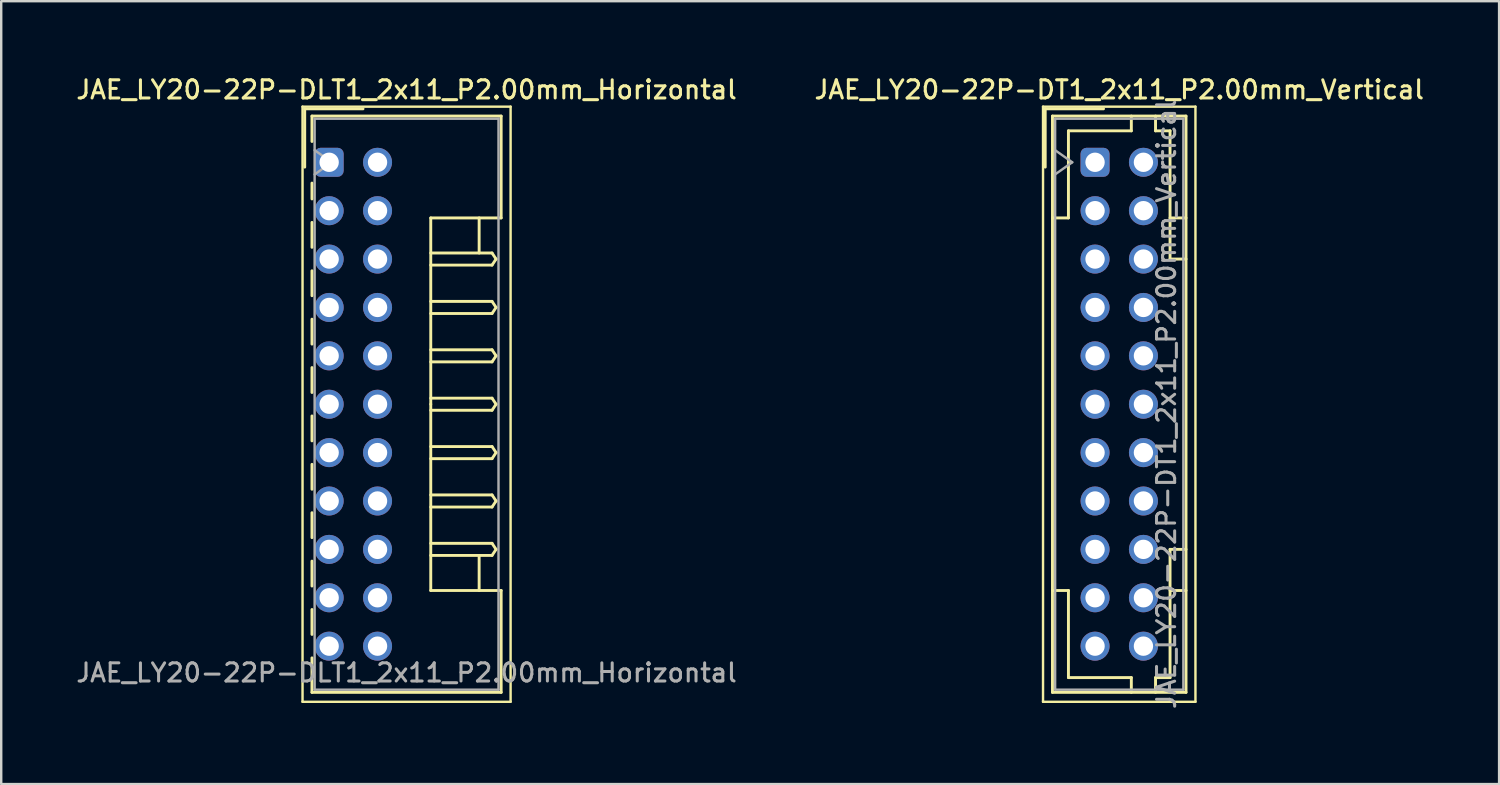
<source format=kicad_pcb>
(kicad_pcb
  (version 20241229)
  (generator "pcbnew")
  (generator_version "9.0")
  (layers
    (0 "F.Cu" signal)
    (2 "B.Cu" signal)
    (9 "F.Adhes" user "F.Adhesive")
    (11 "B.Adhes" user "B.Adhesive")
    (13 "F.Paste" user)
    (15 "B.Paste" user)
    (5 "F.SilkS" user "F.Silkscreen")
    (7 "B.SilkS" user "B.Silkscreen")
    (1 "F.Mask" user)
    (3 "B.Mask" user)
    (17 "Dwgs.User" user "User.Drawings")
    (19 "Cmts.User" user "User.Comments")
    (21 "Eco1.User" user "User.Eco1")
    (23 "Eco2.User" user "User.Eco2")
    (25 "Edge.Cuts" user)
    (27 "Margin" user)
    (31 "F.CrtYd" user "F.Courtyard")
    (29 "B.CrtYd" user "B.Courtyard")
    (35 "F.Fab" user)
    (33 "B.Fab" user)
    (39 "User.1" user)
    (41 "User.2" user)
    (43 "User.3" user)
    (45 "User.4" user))
  (footprint "JAE_LY20-22P-DT1_2x11_P2.00mm_Vertical"
    (layer "F.Cu")
    (at 42.213 3.658)
    (property "Reference" "JAE_LY20-22P-DT1_2x11_P2.00mm_Vertical" (at 1 -3 0) (layer "F.SilkS") (effects (font (size 0.75 0.75) (thickness 0.125))))
    (attr through_hole)
    (fp_line (start -2.15 -2.3) (end -2.15 22.3) (stroke (width 0.1) (type solid)) (layer "F.SilkS"))
    (fp_line (start -2.15 22.3) (end 4.15 22.3) (stroke (width 0.1) (type solid)) (layer "F.SilkS"))
    (fp_line (start -2.06 -2.21) (end -2.06 0.2) (stroke (width 0.12) (type solid)) (layer "F.SilkS"))
    (fp_line (start -1.76 -1.91) (end -1.76 21.91) (stroke (width 0.12) (type solid)) (layer "F.SilkS"))
    (fp_line (start -1.76 21.91) (end 3.76 21.91) (stroke (width 0.12) (type solid)) (layer "F.SilkS"))
    (fp_line (start -1.1 -1.3) (end -1.1 2.3) (stroke (width 0.12) (type solid)) (layer "F.SilkS"))
    (fp_line (start -1.1 2.3) (end -1.76 2.3) (stroke (width 0.12) (type solid)) (layer "F.SilkS"))
    (fp_line (start -1.1 17.7) (end -1.76 17.7) (stroke (width 0.12) (type solid)) (layer "F.SilkS"))
    (fp_line (start -1.1 21.3) (end -1.1 17.7) (stroke (width 0.12) (type solid)) (layer "F.SilkS"))
    (fp_line (start 0.35 -2.21) (end -2.06 -2.21) (stroke (width 0.12) (type solid)) (layer "F.SilkS"))
    (fp_line (start 1.5 -1.91) (end 1.5 -1.3) (stroke (width 0.12) (type solid)) (layer "F.SilkS"))
    (fp_line (start 1.5 -1.3) (end -1.1 -1.3) (stroke (width 0.12) (type solid)) (layer "F.SilkS"))
    (fp_line (start 1.5 21.3) (end -1.1 21.3) (stroke (width 0.12) (type solid)) (layer "F.SilkS"))
    (fp_line (start 1.5 21.91) (end 1.5 21.3) (stroke (width 0.12) (type solid)) (layer "F.SilkS"))
    (fp_line (start 2.5 -1.91) (end 2.5 -1.3) (stroke (width 0.12) (type solid)) (layer "F.SilkS"))
    (fp_line (start 2.5 -1.3) (end 3.1 -1.3) (stroke (width 0.12) (type solid)) (layer "F.SilkS"))
    (fp_line (start 2.5 21.3) (end 3.1 21.3) (stroke (width 0.12) (type solid)) (layer "F.SilkS"))
    (fp_line (start 2.5 21.91) (end 2.5 21.3) (stroke (width 0.12) (type solid)) (layer "F.SilkS"))
    (fp_line (start 3.1 -1.3) (end 3.1 4) (stroke (width 0.12) (type solid)) (layer "F.SilkS"))
    (fp_line (start 3.1 4) (end 3.76 4) (stroke (width 0.12) (type solid)) (layer "F.SilkS"))
    (fp_line (start 3.1 16) (end 3.76 16) (stroke (width 0.12) (type solid)) (layer "F.SilkS"))
    (fp_line (start 3.1 21.3) (end 3.1 16) (stroke (width 0.12) (type solid)) (layer "F.SilkS"))
    (fp_line (start 3.76 -1.91) (end -1.76 -1.91) (stroke (width 0.12) (type solid)) (layer "F.SilkS"))
    (fp_line (start 3.76 2.3) (end 3.1 2.3) (stroke (width 0.12) (type solid)) (layer "F.SilkS"))
    (fp_line (start 3.76 17.7) (end 3.1 17.7) (stroke (width 0.12) (type solid)) (layer "F.SilkS"))
    (fp_line (start 3.76 21.91) (end 3.76 -1.91) (stroke (width 0.12) (type solid)) (layer "F.SilkS"))
    (fp_line (start 4.15 -2.3) (end -2.15 -2.3) (stroke (width 0.1) (type solid)) (layer "F.SilkS"))
    (fp_line (start 4.15 22.3) (end 4.15 -2.3) (stroke (width 0.1) (type solid)) (layer "F.SilkS"))
    (fp_line (start -1.65 -1.8) (end -1.65 21.8) (stroke (width 0.1) (type solid)) (layer "F.Fab"))
    (fp_line (start -1.65 0.5) (end -0.943 0) (stroke (width 0.1) (type solid)) (layer "F.Fab"))
    (fp_line (start -1.65 21.8) (end 3.65 21.8) (stroke (width 0.1) (type solid)) (layer "F.Fab"))
    (fp_line (start -0.943 0) (end -1.65 -0.5) (stroke (width 0.1) (type solid)) (layer "F.Fab"))
    (fp_line (start 3.65 -1.8) (end -1.65 -1.8) (stroke (width 0.1) (type solid)) (layer "F.Fab"))
    (fp_line (start 3.65 21.8) (end 3.65 -1.8) (stroke (width 0.1) (type solid)) (layer "F.Fab"))
    (fp_text user "${REFERENCE}" (at 2.95 10 90) (layer "F.Fab") (effects (font (size 0.75 0.75) (thickness 0.125))))
    (pad "a1" thru_hole roundrect (at 0 0) (size 1.2 1.2) (drill 0.8) (layers "*.Cu" "*.Mask") (roundrect_rratio 0.208))
    (pad "a2" thru_hole circle (at 0 2) (size 1.2 1.2) (drill 0.8) (layers "*.Cu" "*.Mask"))
    (pad "a3" thru_hole circle (at 0 4) (size 1.2 1.2) (drill 0.8) (layers "*.Cu" "*.Mask"))
    (pad "a4" thru_hole circle (at 0 6) (size 1.2 1.2) (drill 0.8) (layers "*.Cu" "*.Mask"))
    (pad "a5" thru_hole circle (at 0 8) (size 1.2 1.2) (drill 0.8) (layers "*.Cu" "*.Mask"))
    (pad "a6" thru_hole circle (at 0 10) (size 1.2 1.2) (drill 0.8) (layers "*.Cu" "*.Mask"))
    (pad "a7" thru_hole circle (at 0 12) (size 1.2 1.2) (drill 0.8) (layers "*.Cu" "*.Mask"))
    (pad "a8" thru_hole circle (at 0 14) (size 1.2 1.2) (drill 0.8) (layers "*.Cu" "*.Mask"))
    (pad "a9" thru_hole circle (at 0 16) (size 1.2 1.2) (drill 0.8) (layers "*.Cu" "*.Mask"))
    (pad "a10" thru_hole circle (at 0 18) (size 1.2 1.2) (drill 0.8) (layers "*.Cu" "*.Mask"))
    (pad "a11" thru_hole circle (at 0 20) (size 1.2 1.2) (drill 0.8) (layers "*.Cu" "*.Mask"))
    (pad "b1" thru_hole circle (at 2 0) (size 1.2 1.2) (drill 0.8) (layers "*.Cu" "*.Mask"))
    (pad "b2" thru_hole circle (at 2 2) (size 1.2 1.2) (drill 0.8) (layers "*.Cu" "*.Mask"))
    (pad "b3" thru_hole circle (at 2 4) (size 1.2 1.2) (drill 0.8) (layers "*.Cu" "*.Mask"))
    (pad "b4" thru_hole circle (at 2 6) (size 1.2 1.2) (drill 0.8) (layers "*.Cu" "*.Mask"))
    (pad "b5" thru_hole circle (at 2 8) (size 1.2 1.2) (drill 0.8) (layers "*.Cu" "*.Mask"))
    (pad "b6" thru_hole circle (at 2 10) (size 1.2 1.2) (drill 0.8) (layers "*.Cu" "*.Mask"))
    (pad "b7" thru_hole circle (at 2 12) (size 1.2 1.2) (drill 0.8) (layers "*.Cu" "*.Mask"))
    (pad "b8" thru_hole circle (at 2 14) (size 1.2 1.2) (drill 0.8) (layers "*.Cu" "*.Mask"))
    (pad "b9" thru_hole circle (at 2 16) (size 1.2 1.2) (drill 0.8) (layers "*.Cu" "*.Mask"))
    (pad "b10" thru_hole circle (at 2 18) (size 1.2 1.2) (drill 0.8) (layers "*.Cu" "*.Mask"))
    (pad "b11" thru_hole circle (at 2 20) (size 1.2 1.2) (drill 0.8) (layers "*.Cu" "*.Mask")))
  (footprint "JAE_LY20-22P-DLT1_2x11_P2.00mm_Horizontal"
    (layer "F.Cu")
    (at 10.555 3.658)
    (property "Reference" "JAE_LY20-22P-DLT1_2x11_P2.00mm_Horizontal" (at 3.2 -3 0) (layer "F.SilkS") (effects (font (size 0.75 0.75) (thickness 0.125))))
    (attr through_hole)
    (fp_line (start -1.1 -2.3) (end -1.1 22.3) (stroke (width 0.1) (type solid)) (layer "F.SilkS"))
    (fp_line (start -1.1 22.3) (end 7.5 22.3) (stroke (width 0.1) (type solid)) (layer "F.SilkS"))
    (fp_line (start -1.01 -2.21) (end -1.01 0.2) (stroke (width 0.12) (type solid)) (layer "F.SilkS"))
    (fp_line (start -0.71 -1.91) (end -0.71 -0.86) (stroke (width 0.12) (type solid)) (layer "F.SilkS"))
    (fp_line (start -0.71 -1.91) (end 7.11 -1.91) (stroke (width 0.12) (type solid)) (layer "F.SilkS"))
    (fp_line (start -0.71 0.86) (end -0.71 1.515) (stroke (width 0.12) (type solid)) (layer "F.SilkS"))
    (fp_line (start -0.71 2.485) (end -0.71 3.515) (stroke (width 0.12) (type solid)) (layer "F.SilkS"))
    (fp_line (start -0.71 4.485) (end -0.71 5.515) (stroke (width 0.12) (type solid)) (layer "F.SilkS"))
    (fp_line (start -0.71 6.485) (end -0.71 7.515) (stroke (width 0.12) (type solid)) (layer "F.SilkS"))
    (fp_line (start -0.71 8.485) (end -0.71 9.515) (stroke (width 0.12) (type solid)) (layer "F.SilkS"))
    (fp_line (start -0.71 10.485) (end -0.71 11.515) (stroke (width 0.12) (type solid)) (layer "F.SilkS"))
    (fp_line (start -0.71 12.485) (end -0.71 13.515) (stroke (width 0.12) (type solid)) (layer "F.SilkS"))
    (fp_line (start -0.71 14.485) (end -0.71 15.515) (stroke (width 0.12) (type solid)) (layer "F.SilkS"))
    (fp_line (start -0.71 16.485) (end -0.71 17.515) (stroke (width 0.12) (type solid)) (layer "F.SilkS"))
    (fp_line (start -0.71 18.485) (end -0.71 19.515) (stroke (width 0.12) (type solid)) (layer "F.SilkS"))
    (fp_line (start -0.71 20.485) (end -0.71 21.91) (stroke (width 0.12) (type solid)) (layer "F.SilkS"))
    (fp_line (start -0.71 21.91) (end 7.11 21.91) (stroke (width 0.12) (type solid)) (layer "F.SilkS"))
    (fp_line (start 1.4 -2.21) (end -1.01 -2.21) (stroke (width 0.12) (type solid)) (layer "F.SilkS"))
    (fp_line (start 4.2 2.3) (end 4.2 10) (stroke (width 0.12) (type solid)) (layer "F.SilkS"))
    (fp_line (start 4.2 3.75) (end 6.733 3.75) (stroke (width 0.12) (type solid)) (layer "F.SilkS"))
    (fp_line (start 4.2 5.75) (end 6.733 5.75) (stroke (width 0.12) (type solid)) (layer "F.SilkS"))
    (fp_line (start 4.2 7.75) (end 6.733 7.75) (stroke (width 0.12) (type solid)) (layer "F.SilkS"))
    (fp_line (start 4.2 9.75) (end 6.733 9.75) (stroke (width 0.12) (type solid)) (layer "F.SilkS"))
    (fp_line (start 4.2 11.75) (end 6.733 11.75) (stroke (width 0.12) (type solid)) (layer "F.SilkS"))
    (fp_line (start 4.2 13.75) (end 6.733 13.75) (stroke (width 0.12) (type solid)) (layer "F.SilkS"))
    (fp_line (start 4.2 15.75) (end 6.733 15.75) (stroke (width 0.12) (type solid)) (layer "F.SilkS"))
    (fp_line (start 4.2 17.7) (end 4.2 10) (stroke (width 0.12) (type solid)) (layer "F.SilkS"))
    (fp_line (start 6.2 2.3) (end 6.2 3.75) (stroke (width 0.12) (type solid)) (layer "F.SilkS"))
    (fp_line (start 6.2 17.7) (end 6.2 16.25) (stroke (width 0.12) (type solid)) (layer "F.SilkS"))
    (fp_line (start 6.733 3.75) (end 6.9 4) (stroke (width 0.12) (type solid)) (layer "F.SilkS"))
    (fp_line (start 6.733 4.25) (end 4.2 4.25) (stroke (width 0.12) (type solid)) (layer "F.SilkS"))
    (fp_line (start 6.733 5.75) (end 6.9 6) (stroke (width 0.12) (type solid)) (layer "F.SilkS"))
    (fp_line (start 6.733 6.25) (end 4.2 6.25) (stroke (width 0.12) (type solid)) (layer "F.SilkS"))
    (fp_line (start 6.733 7.75) (end 6.9 8) (stroke (width 0.12) (type solid)) (layer "F.SilkS"))
    (fp_line (start 6.733 8.25) (end 4.2 8.25) (stroke (width 0.12) (type solid)) (layer "F.SilkS"))
    (fp_line (start 6.733 9.75) (end 6.9 10) (stroke (width 0.12) (type solid)) (layer "F.SilkS"))
    (fp_line (start 6.733 10.25) (end 4.2 10.25) (stroke (width 0.12) (type solid)) (layer "F.SilkS"))
    (fp_line (start 6.733 11.75) (end 6.9 12) (stroke (width 0.12) (type solid)) (layer "F.SilkS"))
    (fp_line (start 6.733 12.25) (end 4.2 12.25) (stroke (width 0.12) (type solid)) (layer "F.SilkS"))
    (fp_line (start 6.733 13.75) (end 6.9 14) (stroke (width 0.12) (type solid)) (layer "F.SilkS"))
    (fp_line (start 6.733 14.25) (end 4.2 14.25) (stroke (width 0.12) (type solid)) (layer "F.SilkS"))
    (fp_line (start 6.733 15.75) (end 6.9 16) (stroke (width 0.12) (type solid)) (layer "F.SilkS"))
    (fp_line (start 6.733 16.25) (end 4.2 16.25) (stroke (width 0.12) (type solid)) (layer "F.SilkS"))
    (fp_line (start 6.9 4) (end 6.733 4.25) (stroke (width 0.12) (type solid)) (layer "F.SilkS"))
    (fp_line (start 6.9 6) (end 6.733 6.25) (stroke (width 0.12) (type solid)) (layer "F.SilkS"))
    (fp_line (start 6.9 8) (end 6.733 8.25) (stroke (width 0.12) (type solid)) (layer "F.SilkS"))
    (fp_line (start 6.9 10) (end 6.733 10.25) (stroke (width 0.12) (type solid)) (layer "F.SilkS"))
    (fp_line (start 6.9 12) (end 6.733 12.25) (stroke (width 0.12) (type solid)) (layer "F.SilkS"))
    (fp_line (start 6.9 14) (end 6.733 14.25) (stroke (width 0.12) (type solid)) (layer "F.SilkS"))
    (fp_line (start 6.9 16) (end 6.733 16.25) (stroke (width 0.12) (type solid)) (layer "F.SilkS"))
    (fp_line (start 7.11 -1.91) (end 7.11 2.3) (stroke (width 0.12) (type solid)) (layer "F.SilkS"))
    (fp_line (start 7.11 2.3) (end 4.2 2.3) (stroke (width 0.12) (type solid)) (layer "F.SilkS"))
    (fp_line (start 7.11 17.7) (end 4.2 17.7) (stroke (width 0.12) (type solid)) (layer "F.SilkS"))
    (fp_line (start 7.11 21.91) (end 7.11 17.7) (stroke (width 0.12) (type solid)) (layer "F.SilkS"))
    (fp_line (start 7.5 -2.3) (end -1.1 -2.3) (stroke (width 0.1) (type solid)) (layer "F.SilkS"))
    (fp_line (start 7.5 22.3) (end 7.5 -2.3) (stroke (width 0.1) (type solid)) (layer "F.SilkS"))
    (fp_line (start -0.6 -1.8) (end -0.6 21.8) (stroke (width 0.1) (type solid)) (layer "F.Fab"))
    (fp_line (start -0.6 0.5) (end 0.107 0) (stroke (width 0.1) (type solid)) (layer "F.Fab"))
    (fp_line (start -0.6 21.8) (end 7 21.8) (stroke (width 0.1) (type solid)) (layer "F.Fab"))
    (fp_line (start 0.107 0) (end -0.6 -0.5) (stroke (width 0.1) (type solid)) (layer "F.Fab"))
    (fp_line (start 7 -1.8) (end -0.6 -1.8) (stroke (width 0.1) (type solid)) (layer "F.Fab"))
    (fp_line (start 7 21.8) (end 7 -1.8) (stroke (width 0.1) (type solid)) (layer "F.Fab"))
    (fp_text user "${REFERENCE}" (at 3.2 21.1 0) (layer "F.Fab") (effects (font (size 0.75 0.75) (thickness 0.125))))
    (pad "a1" thru_hole roundrect (at 0 0) (size 1.2 1.2) (drill 0.8) (layers "*.Cu" "*.Mask") (roundrect_rratio 0.208))
    (pad "a2" thru_hole circle (at 0 2) (size 1.2 1.2) (drill 0.8) (layers "*.Cu" "*.Mask"))
    (pad "a3" thru_hole circle (at 0 4) (size 1.2 1.2) (drill 0.8) (layers "*.Cu" "*.Mask"))
    (pad "a4" thru_hole circle (at 0 6) (size 1.2 1.2) (drill 0.8) (layers "*.Cu" "*.Mask"))
    (pad "a5" thru_hole circle (at 0 8) (size 1.2 1.2) (drill 0.8) (layers "*.Cu" "*.Mask"))
    (pad "a6" thru_hole circle (at 0 10) (size 1.2 1.2) (drill 0.8) (layers "*.Cu" "*.Mask"))
    (pad "a7" thru_hole circle (at 0 12) (size 1.2 1.2) (drill 0.8) (layers "*.Cu" "*.Mask"))
    (pad "a8" thru_hole circle (at 0 14) (size 1.2 1.2) (drill 0.8) (layers "*.Cu" "*.Mask"))
    (pad "a9" thru_hole circle (at 0 16) (size 1.2 1.2) (drill 0.8) (layers "*.Cu" "*.Mask"))
    (pad "a10" thru_hole circle (at 0 18) (size 1.2 1.2) (drill 0.8) (layers "*.Cu" "*.Mask"))
    (pad "a11" thru_hole circle (at 0 20) (size 1.2 1.2) (drill 0.8) (layers "*.Cu" "*.Mask"))
    (pad "b1" thru_hole circle (at 2 0) (size 1.2 1.2) (drill 0.8) (layers "*.Cu" "*.Mask"))
    (pad "b2" thru_hole circle (at 2 2) (size 1.2 1.2) (drill 0.8) (layers "*.Cu" "*.Mask"))
    (pad "b3" thru_hole circle (at 2 4) (size 1.2 1.2) (drill 0.8) (layers "*.Cu" "*.Mask"))
    (pad "b4" thru_hole circle (at 2 6) (size 1.2 1.2) (drill 0.8) (layers "*.Cu" "*.Mask"))
    (pad "b5" thru_hole circle (at 2 8) (size 1.2 1.2) (drill 0.8) (layers "*.Cu" "*.Mask"))
    (pad "b6" thru_hole circle (at 2 10) (size 1.2 1.2) (drill 0.8) (layers "*.Cu" "*.Mask"))
    (pad "b7" thru_hole circle (at 2 12) (size 1.2 1.2) (drill 0.8) (layers "*.Cu" "*.Mask"))
    (pad "b8" thru_hole circle (at 2 14) (size 1.2 1.2) (drill 0.8) (layers "*.Cu" "*.Mask"))
    (pad "b9" thru_hole circle (at 2 16) (size 1.2 1.2) (drill 0.8) (layers "*.Cu" "*.Mask"))
    (pad "b10" thru_hole circle (at 2 18) (size 1.2 1.2) (drill 0.8) (layers "*.Cu" "*.Mask"))
    (pad "b11" thru_hole circle (at 2 20) (size 1.2 1.2) (drill 0.8) (layers "*.Cu" "*.Mask")))
  (gr_rect
    (start -3 -3)
    (end 58.914 29.36)
    (stroke (width 0.1) (type default))
    (fill no)
    (layer "Edge.Cuts")))
</source>
